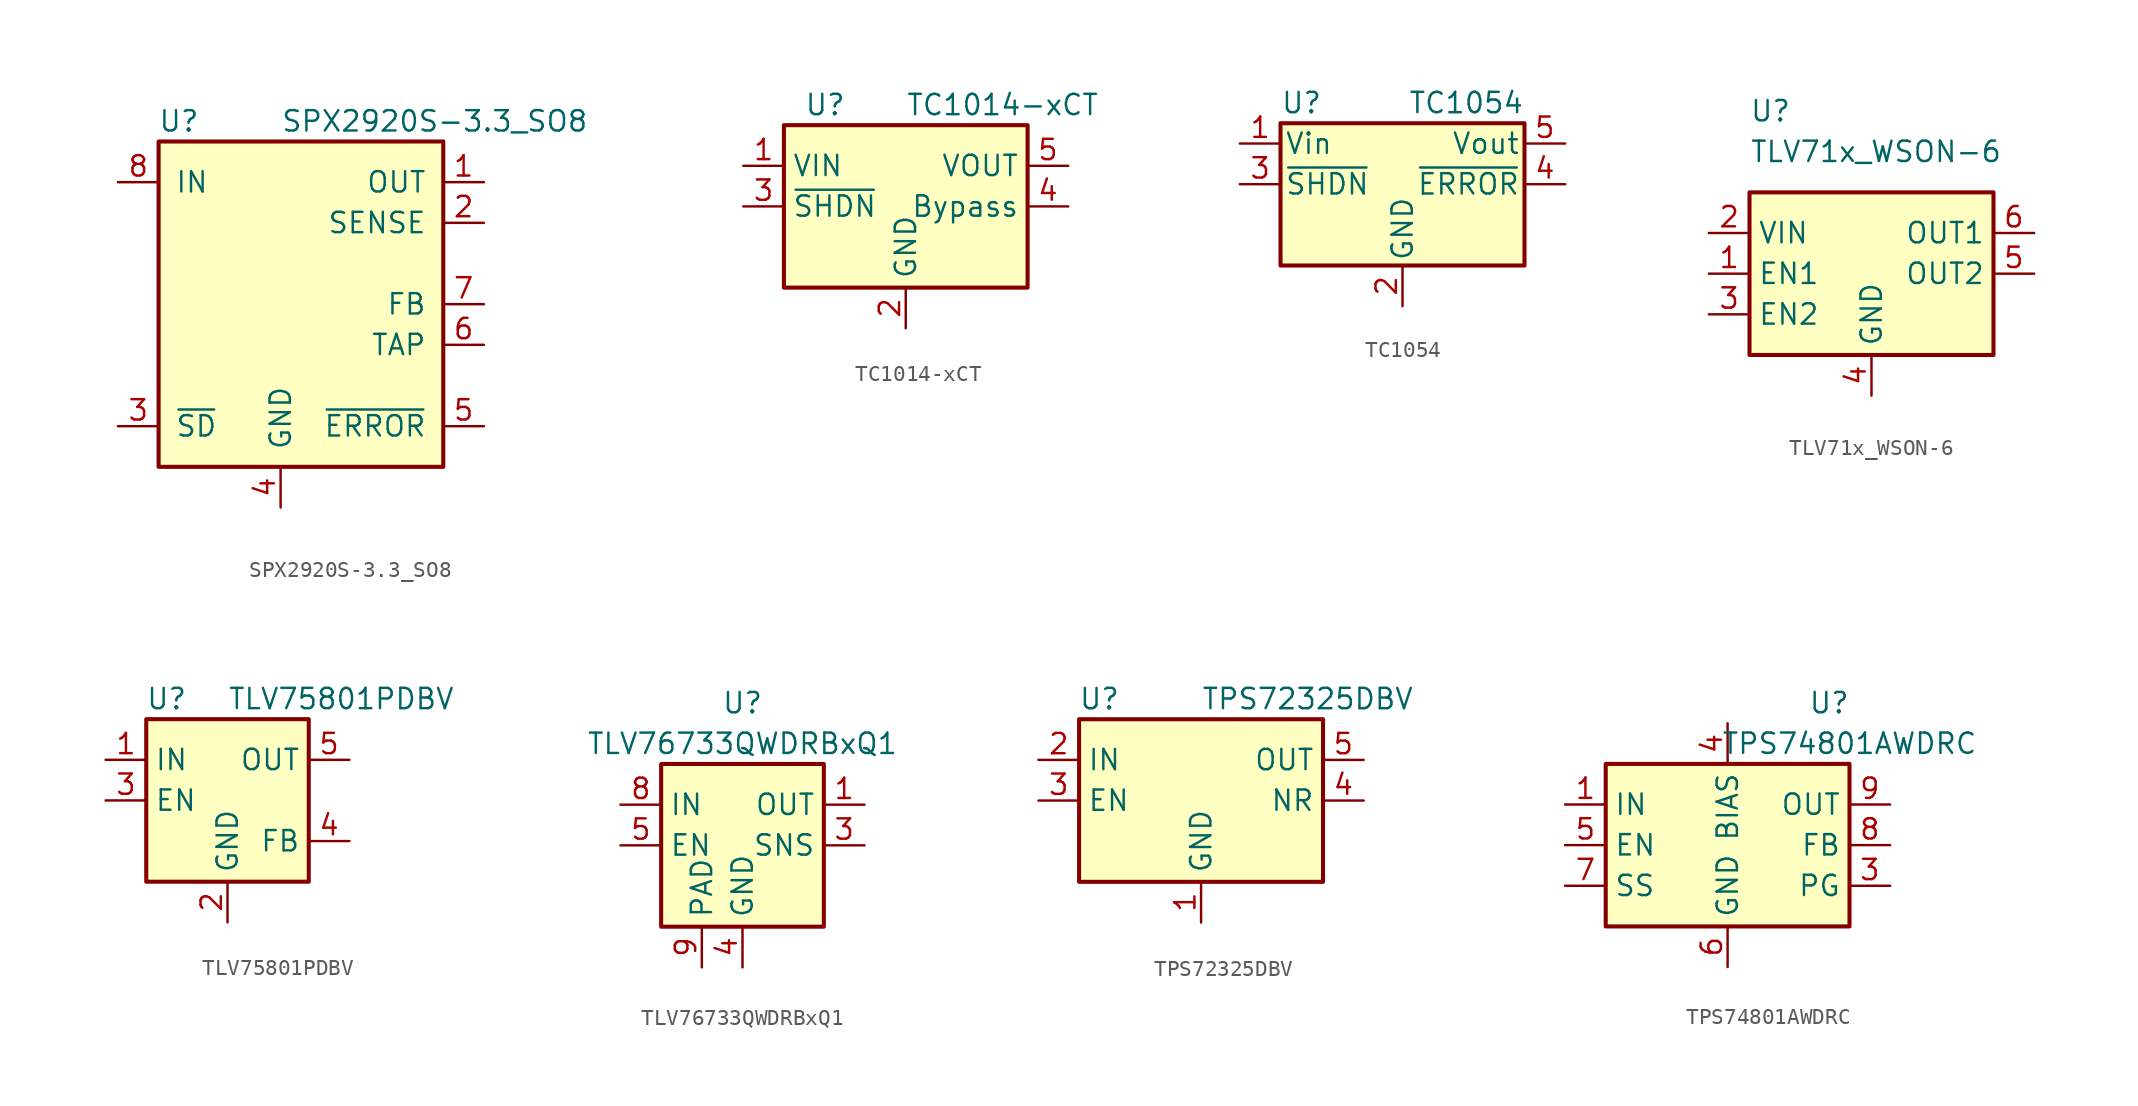
<source format=kicad_sym>
(kicad_symbol_lib
  (version 20241209)
  (generator "kicad_symbol_editor")
  (generator_version "9.0")
  (symbol "SPX2920S-3.3_SO8"
    (pin_names
      (offset 1.016))
    (property "Reference" "U"
      (at -6.35 3.81 0)
      (effects (font (size 1.27 1.27))))
    (property "Value" "SPX2920S-3.3_SO8"
      (at 0 3.81 0)
      (effects (font (size 1.27 1.27)) (justify left)))
    (symbol "SPX2920S-3.3_SO8_0_1"
      (rectangle (start -7.62 2.54) (end 10.16 -17.78) (stroke (width 0.254) (type default)) (fill (type background))))
    (symbol "SPX2920S-3.3_SO8_1_1"
      (pin power_in line (at -10.16 0 0) (length 2.54) (name "IN" (effects (font (size 1.27 1.27)))) (number "8" (effects (font (size 1.27 1.27)))))
      (pin input line (at -10.16 -15.24 0) (length 2.54) (name "~{SD}" (effects (font (size 1.27 1.27)))) (number "3" (effects (font (size 1.27 1.27)))))
      (pin power_in line (at 0 -20.32 90) (length 2.54) (name "GND" (effects (font (size 1.27 1.27)))) (number "4" (effects (font (size 1.27 1.27)))))
      (pin power_out line (at 12.7 0 180) (length 2.54) (name "OUT" (effects (font (size 1.27 1.27)))) (number "1" (effects (font (size 1.27 1.27)))))
      (pin passive line (at 12.7 -2.54 180) (length 2.54) (name "SENSE" (effects (font (size 1.27 1.27)))) (number "2" (effects (font (size 1.27 1.27)))))
      (pin passive line (at 12.7 -7.62 180) (length 2.54) (name "FB" (effects (font (size 1.27 1.27)))) (number "7" (effects (font (size 1.27 1.27)))))
      (pin passive line (at 12.7 -10.16 180) (length 2.54) (name "TAP" (effects (font (size 1.27 1.27)))) (number "6" (effects (font (size 1.27 1.27)))))
      (pin output line (at 12.7 -15.24 180) (length 2.54) (name "~{ERROR}" (effects (font (size 1.27 1.27)))) (number "5" (effects (font (size 1.27 1.27)))))))
  (symbol "TC1014-xCT"
    (property "Reference" "U"
      (at -6.35 6.35 0)
      (effects (font (size 1.27 1.27)) (justify left)))
    (property "Value" "TC1014-xCT"
      (at 0 6.35 0)
      (effects (font (size 1.27 1.27)) (justify left)))
    (symbol "TC1014-xCT_0_1"
      (rectangle (start -7.62 5.08) (end 7.62 -5.08) (stroke (width 0.254) (type default)) (fill (type background))))
    (symbol "TC1014-xCT_1_1"
      (pin power_in line (at -10.16 2.54 0) (length 2.54) (name "VIN" (effects (font (size 1.27 1.27)))) (number "1" (effects (font (size 1.27 1.27)))))
      (pin input line (at -10.16 0 0) (length 2.54) (name "~{SHDN}" (effects (font (size 1.27 1.27)))) (number "3" (effects (font (size 1.27 1.27)))))
      (pin power_in line (at 0 -7.62 90) (length 2.54) (name "GND" (effects (font (size 1.27 1.27)))) (number "2" (effects (font (size 1.27 1.27)))))
      (pin power_out line (at 10.16 2.54 180) (length 2.54) (name "VOUT" (effects (font (size 1.27 1.27)))) (number "5" (effects (font (size 1.27 1.27)))))
      (pin passive line (at 10.16 0 180) (length 2.54) (name "Bypass" (effects (font (size 1.27 1.27)))) (number "4" (effects (font (size 1.27 1.27)))))))
  (symbol "TC1054"
    (pin_names
      (offset 0.254))
    (property "Reference" "U"
      (at -7.62 5.08 0)
      (effects (font (size 1.27 1.27)) (justify left)))
    (property "Value" "TC1054"
      (at 7.62 5.08 0)
      (effects (font (size 1.27 1.27)) (justify right)))
    (symbol "TC1054_0_1"
      (rectangle (start -7.62 3.81) (end 7.62 -5.08) (stroke (width 0.254) (type default)) (fill (type background))))
    (symbol "TC1054_1_1"
      (pin power_in line (at -10.16 2.54 0) (length 2.54) (name "Vin" (effects (font (size 1.27 1.27)))) (number "1" (effects (font (size 1.27 1.27)))))
      (pin input line (at -10.16 0 0) (length 2.54) (name "~{SHDN}" (effects (font (size 1.27 1.27)))) (number "3" (effects (font (size 1.27 1.27)))))
      (pin power_in line (at 0 -7.62 90) (length 2.54) (name "GND" (effects (font (size 1.27 1.27)))) (number "2" (effects (font (size 1.27 1.27)))))
      (pin power_out line (at 10.16 2.54 180) (length 2.54) (name "Vout" (effects (font (size 1.27 1.27)))) (number "5" (effects (font (size 1.27 1.27)))))
      (pin open_collector line (at 10.16 0 180) (length 2.54) (name "~{ERROR}" (effects (font (size 1.27 1.27)))) (number "4" (effects (font (size 1.27 1.27)))))))
  (symbol "TLV71x_WSON-6"
    (property "Reference" "U"
      (at -7.62 10.16 0)
      (effects (font (size 1.27 1.27)) (justify left)))
    (property "Value" "TLV71x_WSON-6"
      (at -7.62 7.62 0)
      (effects (font (size 1.27 1.27)) (justify left)))
    (symbol "TLV71x_WSON-6_1_1"
      (rectangle (start -7.62 5.08) (end 7.62 -5.08) (stroke (width 0.254) (type default)) (fill (type background)))
      (pin power_in line (at -10.16 2.54 0) (length 2.54) (name "VIN" (effects (font (size 1.27 1.27)))) (number "2" (effects (font (size 1.27 1.27)))))
      (pin input line (at -10.16 0 0) (length 2.54) (name "EN1" (effects (font (size 1.27 1.27)))) (number "1" (effects (font (size 1.27 1.27)))))
      (pin input line (at -10.16 -2.54 0) (length 2.54) (name "EN2" (effects (font (size 1.27 1.27)))) (number "3" (effects (font (size 1.27 1.27)))))
      (pin power_in line (at 0 -7.62 90) (length 2.54) (name "GND" (effects (font (size 1.27 1.27)))) (number "4" (effects (font (size 1.27 1.27)))))
      (pin power_out line (at 10.16 2.54 180) (length 2.54) (name "OUT1" (effects (font (size 1.27 1.27)))) (number "6" (effects (font (size 1.27 1.27)))))
      (pin power_out line (at 10.16 0 180) (length 2.54) (name "OUT2" (effects (font (size 1.27 1.27)))) (number "5" (effects (font (size 1.27 1.27)))))))
  (symbol "TLV75801PDBV"
    (property "Reference" "U"
      (at -3.81 6.35 0)
      (effects (font (size 1.27 1.27))))
    (property "Value" "TLV75801PDBV"
      (at 0 6.35 0)
      (effects (font (size 1.27 1.27)) (justify left)))
    (symbol "TLV75801PDBV_0_1"
      (rectangle (start 5.08 -5.08) (end -5.08 5.08) (stroke (width 0.254) (type default)) (fill (type background))))
    (symbol "TLV75801PDBV_1_1"
      (pin power_in line (at -7.62 2.54 0) (length 2.54) (name "IN" (effects (font (size 1.27 1.27)))) (number "1" (effects (font (size 1.27 1.27)))))
      (pin input line (at -7.62 0 0) (length 2.54) (name "EN" (effects (font (size 1.27 1.27)))) (number "3" (effects (font (size 1.27 1.27)))))
      (pin power_in line (at 0 -7.62 90) (length 2.54) (name "GND" (effects (font (size 1.27 1.27)))) (number "2" (effects (font (size 1.27 1.27)))))
      (pin power_out line (at 7.62 2.54 180) (length 2.54) (name "OUT" (effects (font (size 1.27 1.27)))) (number "5" (effects (font (size 1.27 1.27)))))
      (pin input line (at 7.62 -2.54 180) (length 2.54) (name "FB" (effects (font (size 1.27 1.27)))) (number "4" (effects (font (size 1.27 1.27)))))))
  (symbol "TLV76733QWDRBxQ1"
    (property "Reference" "U"
      (at 0 8.89 0)
      (effects (font (size 1.27 1.27))))
    (property "Value" "TLV76733QWDRBxQ1"
      (at 0 6.35 0)
      (effects (font (size 1.27 1.27))))
    (symbol "TLV76733QWDRBxQ1_0_1"
      (rectangle (start -5.08 5.08) (end 5.08 -5.08) (stroke (width 0.254) (type default)) (fill (type background))))
    (symbol "TLV76733QWDRBxQ1_1_1"
      (pin power_in line (at -7.62 2.54 0) (length 2.54) (name "IN" (effects (font (size 1.27 1.27)))) (number "8" (effects (font (size 1.27 1.27)))))
      (pin input line (at -7.62 0 0) (length 2.54) (name "EN" (effects (font (size 1.27 1.27)))) (number "5" (effects (font (size 1.27 1.27)))))
      (pin no_connect line (at -5.08 -2.54 0) (length 2.54) (hide yes) (name "NC" (effects (font (size 1.27 1.27)))) (number "7" (effects (font (size 1.27 1.27)))))
      (pin passive line (at -2.54 -7.62 90) (length 2.54) (name "PAD" (effects (font (size 1.27 1.27)))) (number "9" (effects (font (size 1.27 1.27)))))
      (pin power_in line (at 0 -7.62 90) (length 2.54) (name "GND" (effects (font (size 1.27 1.27)))) (number "4" (effects (font (size 1.27 1.27)))))
      (pin passive line (at 0 -7.62 90) (length 2.54) (hide yes) (name "GND" (effects (font (size 1.27 1.27)))) (number "6" (effects (font (size 1.27 1.27)))))
      (pin no_connect line (at 5.08 -2.54 180) (length 2.54) (hide yes) (name "NC" (effects (font (size 1.27 1.27)))) (number "2" (effects (font (size 1.27 1.27)))))
      (pin power_out line (at 7.62 2.54 180) (length 2.54) (name "OUT" (effects (font (size 1.27 1.27)))) (number "1" (effects (font (size 1.27 1.27)))))
      (pin input line (at 7.62 0 180) (length 2.54) (name "SNS" (effects (font (size 1.27 1.27)))) (number "3" (effects (font (size 1.27 1.27)))))))
  (symbol "TPS72325DBV"
    (property "Reference" "U"
      (at -6.35 6.35 0)
      (effects (font (size 1.27 1.27))))
    (property "Value" "TPS72325DBV"
      (at 0 6.35 0)
      (effects (font (size 1.27 1.27)) (justify left)))
    (symbol "TPS72325DBV_0_1"
      (rectangle (start -7.62 5.08) (end 7.62 -5.08) (stroke (width 0.254) (type default)) (fill (type background))))
    (symbol "TPS72325DBV_1_1"
      (pin power_in line (at -10.16 2.54 0) (length 2.54) (name "IN" (effects (font (size 1.27 1.27)))) (number "2" (effects (font (size 1.27 1.27)))))
      (pin input line (at -10.16 0 0) (length 2.54) (name "EN" (effects (font (size 1.27 1.27)))) (number "3" (effects (font (size 1.27 1.27)))))
      (pin power_in line (at 0 -7.62 90) (length 2.54) (name "GND" (effects (font (size 1.27 1.27)))) (number "1" (effects (font (size 1.27 1.27)))))
      (pin power_out line (at 10.16 2.54 180) (length 2.54) (name "OUT" (effects (font (size 1.27 1.27)))) (number "5" (effects (font (size 1.27 1.27)))))
      (pin input line (at 10.16 0 180) (length 2.54) (name "NR" (effects (font (size 1.27 1.27)))) (number "4" (effects (font (size 1.27 1.27)))))))
  (symbol "TPS74801AWDRC"
    (property "Reference" "U"
      (at 6.35 8.89 0)
      (effects (font (size 1.27 1.27))))
    (property "Value" "TPS74801AWDRC"
      (at 7.62 6.35 0)
      (effects (font (size 1.27 1.27))))
    (symbol "TPS74801AWDRC_0_1"
      (rectangle (start -7.62 5.08) (end 7.62 -5.08) (stroke (width 0.254) (type default)) (fill (type background))))
    (symbol "TPS74801AWDRC_1_1"
      (pin power_in line (at -10.16 2.54 0) (length 2.54) (name "IN" (effects (font (size 1.27 1.27)))) (number "1" (effects (font (size 1.27 1.27)))))
      (pin passive line (at -10.16 2.54 0) (length 2.54) (hide yes) (name "IN" (effects (font (size 1.27 1.27)))) (number "2" (effects (font (size 1.27 1.27)))))
      (pin input line (at -10.16 0 0) (length 2.54) (name "EN" (effects (font (size 1.27 1.27)))) (number "5" (effects (font (size 1.27 1.27)))))
      (pin passive line (at -10.16 -2.54 0) (length 2.54) (name "SS" (effects (font (size 1.27 1.27)))) (number "7" (effects (font (size 1.27 1.27)))))
      (pin power_in line (at 0 7.62 270) (length 2.54) (name "BIAS" (effects (font (size 1.27 1.27)))) (number "4" (effects (font (size 1.27 1.27)))))
      (pin passive line (at 0 -7.62 90) (length 2.54) (hide yes) (name "GND" (effects (font (size 1.27 1.27)))) (number "11" (effects (font (size 1.27 1.27)))))
      (pin power_in line (at 0 -7.62 90) (length 2.54) (name "GND" (effects (font (size 1.27 1.27)))) (number "6" (effects (font (size 1.27 1.27)))))
      (pin passive line (at 10.16 2.54 180) (length 2.54) (hide yes) (name "OUT" (effects (font (size 1.27 1.27)))) (number "10" (effects (font (size 1.27 1.27)))))
      (pin power_out line (at 10.16 2.54 180) (length 2.54) (name "OUT" (effects (font (size 1.27 1.27)))) (number "9" (effects (font (size 1.27 1.27)))))
      (pin input line (at 10.16 0 180) (length 2.54) (name "FB" (effects (font (size 1.27 1.27)))) (number "8" (effects (font (size 1.27 1.27)))))
      (pin open_collector line (at 10.16 -2.54 180) (length 2.54) (name "PG" (effects (font (size 1.27 1.27)))) (number "3" (effects (font (size 1.27 1.27))))))))
</source>
